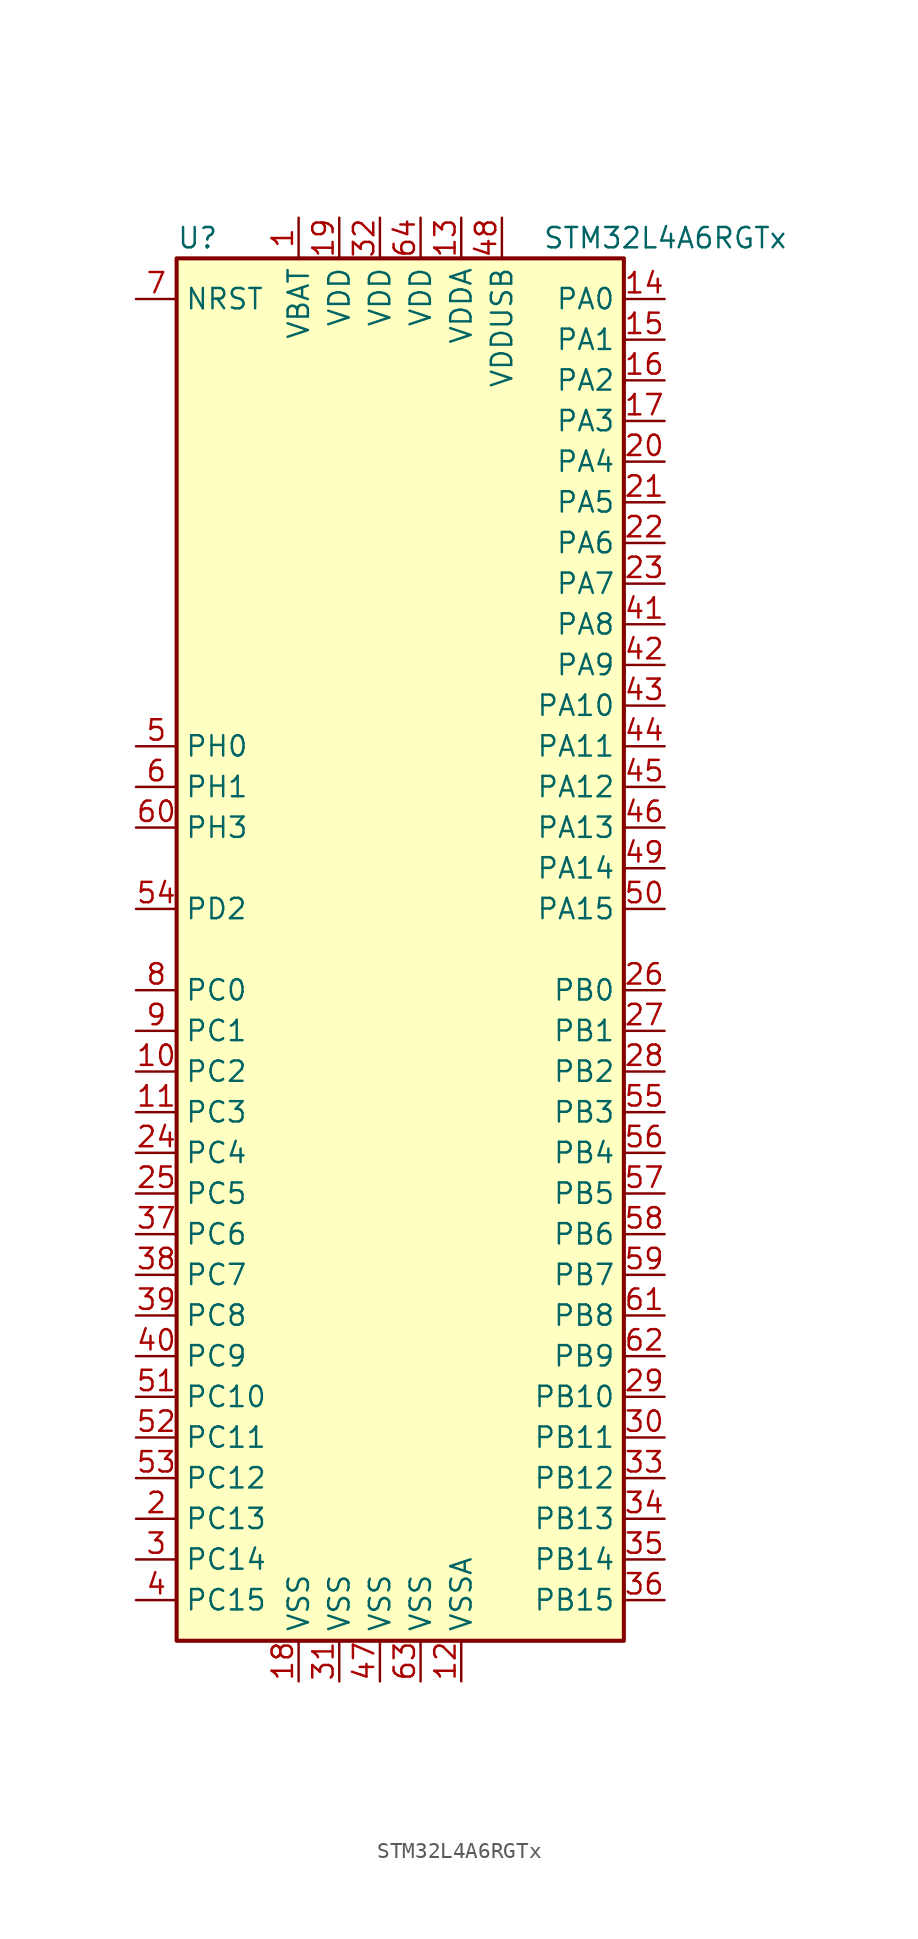
<source format=kicad_sym>
(kicad_symbol_lib
  (version 20201005)
  (generator kicad_symbol_editor)
  (symbol "STM32L4A6RGTx"
    (property "Reference" "U"
      (at -15.24 44.45 0)
      (effects (font (size 1.27 1.27)) (justify left)))
    (property "Value" "STM32L4A6RGTx"
      (at 7.62 44.45 0)
      (effects (font (size 1.27 1.27)) (justify left)))
    (symbol "STM32L4A6RGTx_0_1"
      (rectangle (start -15.24 -43.18) (end 12.7 43.18) (stroke (width 0.254)) (fill (type background))))
    (symbol "STM32L4A6RGTx_1_1"
      (pin input line (at -17.78 40.64 0) (length 2.54) (name "NRST" (effects (font (size 1.27 1.27)))) (number "7" (effects (font (size 1.27 1.27)))))
      (pin bidirectional line (at 15.24 40.64 180) (length 2.54) (name "PA0" (effects (font (size 1.27 1.27)))) (number "14" (effects (font (size 1.27 1.27)))))
      (pin bidirectional line (at 15.24 38.1 180) (length 2.54) (name "PA1" (effects (font (size 1.27 1.27)))) (number "15" (effects (font (size 1.27 1.27)))))
      (pin bidirectional line (at 15.24 15.24 180) (length 2.54) (name "PA10" (effects (font (size 1.27 1.27)))) (number "43" (effects (font (size 1.27 1.27)))))
      (pin bidirectional line (at 15.24 12.7 180) (length 2.54) (name "PA11" (effects (font (size 1.27 1.27)))) (number "44" (effects (font (size 1.27 1.27)))))
      (pin bidirectional line (at 15.24 10.16 180) (length 2.54) (name "PA12" (effects (font (size 1.27 1.27)))) (number "45" (effects (font (size 1.27 1.27)))))
      (pin bidirectional line (at 15.24 7.62 180) (length 2.54) (name "PA13" (effects (font (size 1.27 1.27)))) (number "46" (effects (font (size 1.27 1.27)))))
      (pin bidirectional line (at 15.24 5.08 180) (length 2.54) (name "PA14" (effects (font (size 1.27 1.27)))) (number "49" (effects (font (size 1.27 1.27)))))
      (pin bidirectional line (at 15.24 2.54 180) (length 2.54) (name "PA15" (effects (font (size 1.27 1.27)))) (number "50" (effects (font (size 1.27 1.27)))))
      (pin bidirectional line (at 15.24 35.56 180) (length 2.54) (name "PA2" (effects (font (size 1.27 1.27)))) (number "16" (effects (font (size 1.27 1.27)))))
      (pin bidirectional line (at 15.24 33.02 180) (length 2.54) (name "PA3" (effects (font (size 1.27 1.27)))) (number "17" (effects (font (size 1.27 1.27)))))
      (pin bidirectional line (at 15.24 30.48 180) (length 2.54) (name "PA4" (effects (font (size 1.27 1.27)))) (number "20" (effects (font (size 1.27 1.27)))))
      (pin bidirectional line (at 15.24 27.94 180) (length 2.54) (name "PA5" (effects (font (size 1.27 1.27)))) (number "21" (effects (font (size 1.27 1.27)))))
      (pin bidirectional line (at 15.24 25.4 180) (length 2.54) (name "PA6" (effects (font (size 1.27 1.27)))) (number "22" (effects (font (size 1.27 1.27)))))
      (pin bidirectional line (at 15.24 22.86 180) (length 2.54) (name "PA7" (effects (font (size 1.27 1.27)))) (number "23" (effects (font (size 1.27 1.27)))))
      (pin bidirectional line (at 15.24 20.32 180) (length 2.54) (name "PA8" (effects (font (size 1.27 1.27)))) (number "41" (effects (font (size 1.27 1.27)))))
      (pin bidirectional line (at 15.24 17.78 180) (length 2.54) (name "PA9" (effects (font (size 1.27 1.27)))) (number "42" (effects (font (size 1.27 1.27)))))
      (pin bidirectional line (at 15.24 -2.54 180) (length 2.54) (name "PB0" (effects (font (size 1.27 1.27)))) (number "26" (effects (font (size 1.27 1.27)))))
      (pin bidirectional line (at 15.24 -5.08 180) (length 2.54) (name "PB1" (effects (font (size 1.27 1.27)))) (number "27" (effects (font (size 1.27 1.27)))))
      (pin bidirectional line (at 15.24 -27.94 180) (length 2.54) (name "PB10" (effects (font (size 1.27 1.27)))) (number "29" (effects (font (size 1.27 1.27)))))
      (pin bidirectional line (at 15.24 -30.48 180) (length 2.54) (name "PB11" (effects (font (size 1.27 1.27)))) (number "30" (effects (font (size 1.27 1.27)))))
      (pin bidirectional line (at 15.24 -33.02 180) (length 2.54) (name "PB12" (effects (font (size 1.27 1.27)))) (number "33" (effects (font (size 1.27 1.27)))))
      (pin bidirectional line (at 15.24 -35.56 180) (length 2.54) (name "PB13" (effects (font (size 1.27 1.27)))) (number "34" (effects (font (size 1.27 1.27)))))
      (pin bidirectional line (at 15.24 -38.1 180) (length 2.54) (name "PB14" (effects (font (size 1.27 1.27)))) (number "35" (effects (font (size 1.27 1.27)))))
      (pin bidirectional line (at 15.24 -40.64 180) (length 2.54) (name "PB15" (effects (font (size 1.27 1.27)))) (number "36" (effects (font (size 1.27 1.27)))))
      (pin bidirectional line (at 15.24 -7.62 180) (length 2.54) (name "PB2" (effects (font (size 1.27 1.27)))) (number "28" (effects (font (size 1.27 1.27)))))
      (pin bidirectional line (at 15.24 -10.16 180) (length 2.54) (name "PB3" (effects (font (size 1.27 1.27)))) (number "55" (effects (font (size 1.27 1.27)))))
      (pin bidirectional line (at 15.24 -12.7 180) (length 2.54) (name "PB4" (effects (font (size 1.27 1.27)))) (number "56" (effects (font (size 1.27 1.27)))))
      (pin bidirectional line (at 15.24 -15.24 180) (length 2.54) (name "PB5" (effects (font (size 1.27 1.27)))) (number "57" (effects (font (size 1.27 1.27)))))
      (pin bidirectional line (at 15.24 -17.78 180) (length 2.54) (name "PB6" (effects (font (size 1.27 1.27)))) (number "58" (effects (font (size 1.27 1.27)))))
      (pin bidirectional line (at 15.24 -20.32 180) (length 2.54) (name "PB7" (effects (font (size 1.27 1.27)))) (number "59" (effects (font (size 1.27 1.27)))))
      (pin bidirectional line (at 15.24 -22.86 180) (length 2.54) (name "PB8" (effects (font (size 1.27 1.27)))) (number "61" (effects (font (size 1.27 1.27)))))
      (pin bidirectional line (at 15.24 -25.4 180) (length 2.54) (name "PB9" (effects (font (size 1.27 1.27)))) (number "62" (effects (font (size 1.27 1.27)))))
      (pin bidirectional line (at -17.78 -2.54 0) (length 2.54) (name "PC0" (effects (font (size 1.27 1.27)))) (number "8" (effects (font (size 1.27 1.27)))))
      (pin bidirectional line (at -17.78 -5.08 0) (length 2.54) (name "PC1" (effects (font (size 1.27 1.27)))) (number "9" (effects (font (size 1.27 1.27)))))
      (pin bidirectional line (at -17.78 -27.94 0) (length 2.54) (name "PC10" (effects (font (size 1.27 1.27)))) (number "51" (effects (font (size 1.27 1.27)))))
      (pin bidirectional line (at -17.78 -30.48 0) (length 2.54) (name "PC11" (effects (font (size 1.27 1.27)))) (number "52" (effects (font (size 1.27 1.27)))))
      (pin bidirectional line (at -17.78 -33.02 0) (length 2.54) (name "PC12" (effects (font (size 1.27 1.27)))) (number "53" (effects (font (size 1.27 1.27)))))
      (pin bidirectional line (at -17.78 -35.56 0) (length 2.54) (name "PC13" (effects (font (size 1.27 1.27)))) (number "2" (effects (font (size 1.27 1.27)))))
      (pin bidirectional line (at -17.78 -38.1 0) (length 2.54) (name "PC14" (effects (font (size 1.27 1.27)))) (number "3" (effects (font (size 1.27 1.27)))))
      (pin bidirectional line (at -17.78 -40.64 0) (length 2.54) (name "PC15" (effects (font (size 1.27 1.27)))) (number "4" (effects (font (size 1.27 1.27)))))
      (pin bidirectional line (at -17.78 -7.62 0) (length 2.54) (name "PC2" (effects (font (size 1.27 1.27)))) (number "10" (effects (font (size 1.27 1.27)))))
      (pin bidirectional line (at -17.78 -10.16 0) (length 2.54) (name "PC3" (effects (font (size 1.27 1.27)))) (number "11" (effects (font (size 1.27 1.27)))))
      (pin bidirectional line (at -17.78 -12.7 0) (length 2.54) (name "PC4" (effects (font (size 1.27 1.27)))) (number "24" (effects (font (size 1.27 1.27)))))
      (pin bidirectional line (at -17.78 -15.24 0) (length 2.54) (name "PC5" (effects (font (size 1.27 1.27)))) (number "25" (effects (font (size 1.27 1.27)))))
      (pin bidirectional line (at -17.78 -17.78 0) (length 2.54) (name "PC6" (effects (font (size 1.27 1.27)))) (number "37" (effects (font (size 1.27 1.27)))))
      (pin bidirectional line (at -17.78 -20.32 0) (length 2.54) (name "PC7" (effects (font (size 1.27 1.27)))) (number "38" (effects (font (size 1.27 1.27)))))
      (pin bidirectional line (at -17.78 -22.86 0) (length 2.54) (name "PC8" (effects (font (size 1.27 1.27)))) (number "39" (effects (font (size 1.27 1.27)))))
      (pin bidirectional line (at -17.78 -25.4 0) (length 2.54) (name "PC9" (effects (font (size 1.27 1.27)))) (number "40" (effects (font (size 1.27 1.27)))))
      (pin bidirectional line (at -17.78 2.54 0) (length 2.54) (name "PD2" (effects (font (size 1.27 1.27)))) (number "54" (effects (font (size 1.27 1.27)))))
      (pin input line (at -17.78 12.7 0) (length 2.54) (name "PH0" (effects (font (size 1.27 1.27)))) (number "5" (effects (font (size 1.27 1.27)))))
      (pin input line (at -17.78 10.16 0) (length 2.54) (name "PH1" (effects (font (size 1.27 1.27)))) (number "6" (effects (font (size 1.27 1.27)))))
      (pin bidirectional line (at -17.78 7.62 0) (length 2.54) (name "PH3" (effects (font (size 1.27 1.27)))) (number "60" (effects (font (size 1.27 1.27)))))
      (pin power_in line (at -7.62 45.72 270) (length 2.54) (name "VBAT" (effects (font (size 1.27 1.27)))) (number "1" (effects (font (size 1.27 1.27)))))
      (pin power_in line (at -5.08 45.72 270) (length 2.54) (name "VDD" (effects (font (size 1.27 1.27)))) (number "19" (effects (font (size 1.27 1.27)))))
      (pin power_in line (at -2.54 45.72 270) (length 2.54) (name "VDD" (effects (font (size 1.27 1.27)))) (number "32" (effects (font (size 1.27 1.27)))))
      (pin power_in line (at 0 45.72 270) (length 2.54) (name "VDD" (effects (font (size 1.27 1.27)))) (number "64" (effects (font (size 1.27 1.27)))))
      (pin power_in line (at 2.54 45.72 270) (length 2.54) (name "VDDA" (effects (font (size 1.27 1.27)))) (number "13" (effects (font (size 1.27 1.27)))))
      (pin power_in line (at 5.08 45.72 270) (length 2.54) (name "VDDUSB" (effects (font (size 1.27 1.27)))) (number "48" (effects (font (size 1.27 1.27)))))
      (pin power_in line (at -7.62 -45.72 90) (length 2.54) (name "VSS" (effects (font (size 1.27 1.27)))) (number "18" (effects (font (size 1.27 1.27)))))
      (pin power_in line (at -5.08 -45.72 90) (length 2.54) (name "VSS" (effects (font (size 1.27 1.27)))) (number "31" (effects (font (size 1.27 1.27)))))
      (pin power_in line (at -2.54 -45.72 90) (length 2.54) (name "VSS" (effects (font (size 1.27 1.27)))) (number "47" (effects (font (size 1.27 1.27)))))
      (pin power_in line (at 0 -45.72 90) (length 2.54) (name "VSS" (effects (font (size 1.27 1.27)))) (number "63" (effects (font (size 1.27 1.27)))))
      (pin power_in line (at 2.54 -45.72 90) (length 2.54) (name "VSSA" (effects (font (size 1.27 1.27)))) (number "12" (effects (font (size 1.27 1.27))))))))
</source>
